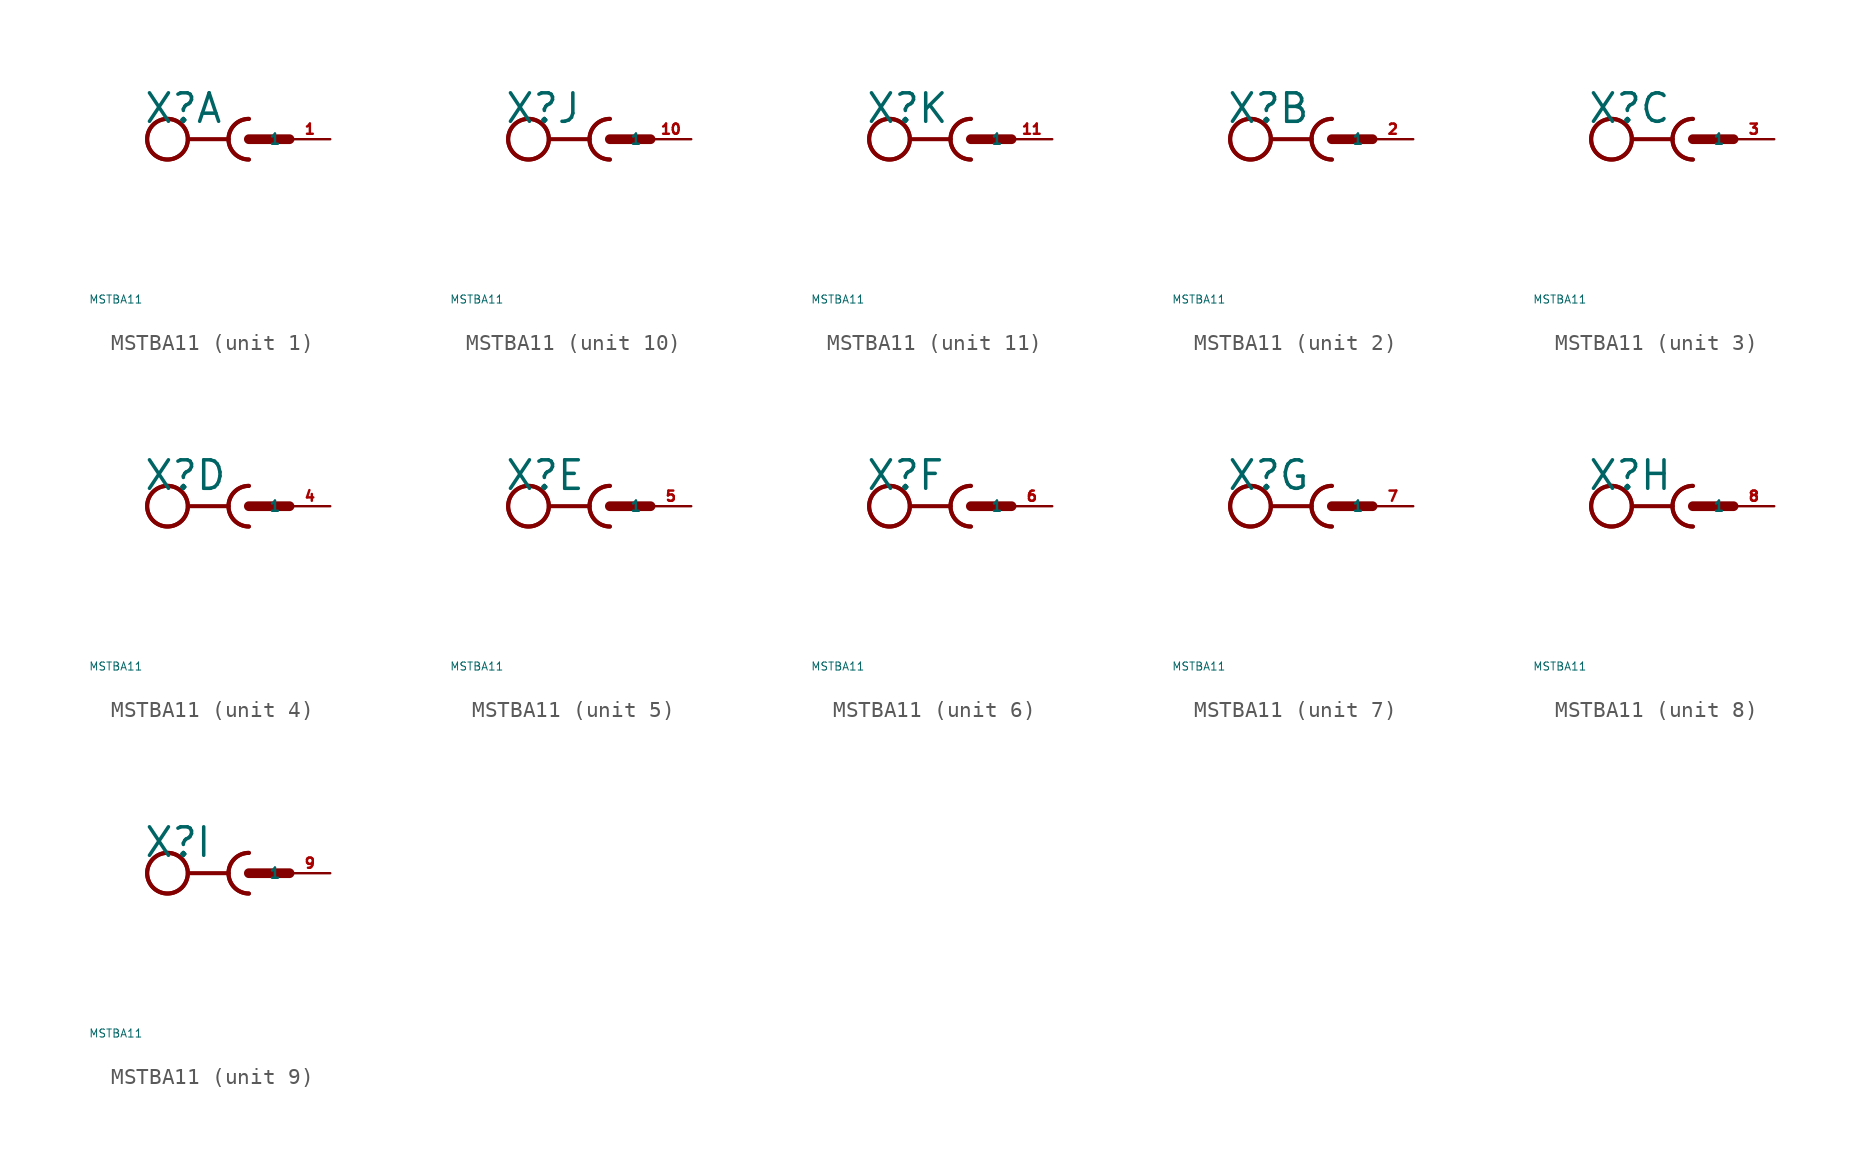
<source format=kicad_sym>
(kicad_symbol_lib
  (version 20220914)
  (generator Eagle2Kicad)
  (symbol "MSTBA11"
    (property "Reference" "X"
      (at -6.604 0.889 0)
      (effects (font (size 1.778 1.778) (thickness 0.22)) (justify left bottom)))
    (property "Value" "MSTBA11"
      (at -10 -10 0)
      (effects (font (size 0.5 0.5) (thickness 0.06)) (justify left)))
    (symbol "MSTBA11_1_0"
      (arc (start -1.27 0) (mid -0.898 -0.898) (end 0 -1.27) (stroke (width 0.254) (type default)) (fill (type none)))
      (arc (start 0 1.27) (mid -0.898 0.898) (end -1.27 0) (stroke (width 0.254) (type default)) (fill (type none)))
      (polyline (pts (xy -3.81 0) (xy -1.27 0)) (stroke (width 0.254) (type default)) (fill (type none)))
      (arc (start 0 1.27) (mid -1.270 0.000) (end 0 -1.27) (stroke (width 0.254) (type default)) (fill (type none)))
      (polyline (pts (xy 0 0) (xy 2.54 0)) (stroke (width 0.61) (type default)) (fill (type none)))
      (circle (center -5.08 0) (radius 1.27) (stroke (width 0.254) (type default)) (fill (type none)))
      (circle (center -5.08 0) (radius 1.27) (stroke (width 0.254) (type default)) (fill (type none)))
      (pin passive line (at 5.08 0 180) (length 2.54) (name "1" (effects (font (size 0.635 0.635) (thickness 0.08)) (justify left bottom))) (number "1" (effects (font (size 0.635 0.635) (thickness 0.08)) (justify left bottom)))))
    (symbol "MSTBA11_2_0"
      (arc (start -1.27 0) (mid -0.898 -0.898) (end 0 -1.27) (stroke (width 0.254) (type default)) (fill (type none)))
      (arc (start 0 1.27) (mid -0.898 0.898) (end -1.27 0) (stroke (width 0.254) (type default)) (fill (type none)))
      (polyline (pts (xy -3.81 0) (xy -1.27 0)) (stroke (width 0.254) (type default)) (fill (type none)))
      (arc (start 0 1.27) (mid -1.270 0.000) (end 0 -1.27) (stroke (width 0.254) (type default)) (fill (type none)))
      (polyline (pts (xy 0 0) (xy 2.54 0)) (stroke (width 0.61) (type default)) (fill (type none)))
      (circle (center -5.08 0) (radius 1.27) (stroke (width 0.254) (type default)) (fill (type none)))
      (circle (center -5.08 0) (radius 1.27) (stroke (width 0.254) (type default)) (fill (type none)))
      (pin passive line (at 5.08 0 180) (length 2.54) (name "1" (effects (font (size 0.635 0.635) (thickness 0.08)) (justify left bottom))) (number "2" (effects (font (size 0.635 0.635) (thickness 0.08)) (justify left bottom)))))
    (symbol "MSTBA11_3_0"
      (arc (start -1.27 0) (mid -0.898 -0.898) (end 0 -1.27) (stroke (width 0.254) (type default)) (fill (type none)))
      (arc (start 0 1.27) (mid -0.898 0.898) (end -1.27 0) (stroke (width 0.254) (type default)) (fill (type none)))
      (polyline (pts (xy -3.81 0) (xy -1.27 0)) (stroke (width 0.254) (type default)) (fill (type none)))
      (arc (start 0 1.27) (mid -1.270 0.000) (end 0 -1.27) (stroke (width 0.254) (type default)) (fill (type none)))
      (polyline (pts (xy 0 0) (xy 2.54 0)) (stroke (width 0.61) (type default)) (fill (type none)))
      (circle (center -5.08 0) (radius 1.27) (stroke (width 0.254) (type default)) (fill (type none)))
      (circle (center -5.08 0) (radius 1.27) (stroke (width 0.254) (type default)) (fill (type none)))
      (pin passive line (at 5.08 0 180) (length 2.54) (name "1" (effects (font (size 0.635 0.635) (thickness 0.08)) (justify left bottom))) (number "3" (effects (font (size 0.635 0.635) (thickness 0.08)) (justify left bottom)))))
    (symbol "MSTBA11_4_0"
      (arc (start -1.27 0) (mid -0.898 -0.898) (end 0 -1.27) (stroke (width 0.254) (type default)) (fill (type none)))
      (arc (start 0 1.27) (mid -0.898 0.898) (end -1.27 0) (stroke (width 0.254) (type default)) (fill (type none)))
      (polyline (pts (xy -3.81 0) (xy -1.27 0)) (stroke (width 0.254) (type default)) (fill (type none)))
      (arc (start 0 1.27) (mid -1.270 0.000) (end 0 -1.27) (stroke (width 0.254) (type default)) (fill (type none)))
      (polyline (pts (xy 0 0) (xy 2.54 0)) (stroke (width 0.61) (type default)) (fill (type none)))
      (circle (center -5.08 0) (radius 1.27) (stroke (width 0.254) (type default)) (fill (type none)))
      (circle (center -5.08 0) (radius 1.27) (stroke (width 0.254) (type default)) (fill (type none)))
      (pin passive line (at 5.08 0 180) (length 2.54) (name "1" (effects (font (size 0.635 0.635) (thickness 0.08)) (justify left bottom))) (number "4" (effects (font (size 0.635 0.635) (thickness 0.08)) (justify left bottom)))))
    (symbol "MSTBA11_5_0"
      (arc (start -1.27 0) (mid -0.898 -0.898) (end 0 -1.27) (stroke (width 0.254) (type default)) (fill (type none)))
      (arc (start 0 1.27) (mid -0.898 0.898) (end -1.27 0) (stroke (width 0.254) (type default)) (fill (type none)))
      (polyline (pts (xy -3.81 0) (xy -1.27 0)) (stroke (width 0.254) (type default)) (fill (type none)))
      (arc (start 0 1.27) (mid -1.270 0.000) (end 0 -1.27) (stroke (width 0.254) (type default)) (fill (type none)))
      (polyline (pts (xy 0 0) (xy 2.54 0)) (stroke (width 0.61) (type default)) (fill (type none)))
      (circle (center -5.08 0) (radius 1.27) (stroke (width 0.254) (type default)) (fill (type none)))
      (circle (center -5.08 0) (radius 1.27) (stroke (width 0.254) (type default)) (fill (type none)))
      (pin passive line (at 5.08 0 180) (length 2.54) (name "1" (effects (font (size 0.635 0.635) (thickness 0.08)) (justify left bottom))) (number "5" (effects (font (size 0.635 0.635) (thickness 0.08)) (justify left bottom)))))
    (symbol "MSTBA11_6_0"
      (arc (start -1.27 0) (mid -0.898 -0.898) (end 0 -1.27) (stroke (width 0.254) (type default)) (fill (type none)))
      (arc (start 0 1.27) (mid -0.898 0.898) (end -1.27 0) (stroke (width 0.254) (type default)) (fill (type none)))
      (polyline (pts (xy -3.81 0) (xy -1.27 0)) (stroke (width 0.254) (type default)) (fill (type none)))
      (arc (start 0 1.27) (mid -1.270 0.000) (end 0 -1.27) (stroke (width 0.254) (type default)) (fill (type none)))
      (polyline (pts (xy 0 0) (xy 2.54 0)) (stroke (width 0.61) (type default)) (fill (type none)))
      (circle (center -5.08 0) (radius 1.27) (stroke (width 0.254) (type default)) (fill (type none)))
      (circle (center -5.08 0) (radius 1.27) (stroke (width 0.254) (type default)) (fill (type none)))
      (pin passive line (at 5.08 0 180) (length 2.54) (name "1" (effects (font (size 0.635 0.635) (thickness 0.08)) (justify left bottom))) (number "6" (effects (font (size 0.635 0.635) (thickness 0.08)) (justify left bottom)))))
    (symbol "MSTBA11_7_0"
      (arc (start -1.27 0) (mid -0.898 -0.898) (end 0 -1.27) (stroke (width 0.254) (type default)) (fill (type none)))
      (arc (start 0 1.27) (mid -0.898 0.898) (end -1.27 0) (stroke (width 0.254) (type default)) (fill (type none)))
      (polyline (pts (xy -3.81 0) (xy -1.27 0)) (stroke (width 0.254) (type default)) (fill (type none)))
      (arc (start 0 1.27) (mid -1.270 0.000) (end 0 -1.27) (stroke (width 0.254) (type default)) (fill (type none)))
      (polyline (pts (xy 0 0) (xy 2.54 0)) (stroke (width 0.61) (type default)) (fill (type none)))
      (circle (center -5.08 0) (radius 1.27) (stroke (width 0.254) (type default)) (fill (type none)))
      (circle (center -5.08 0) (radius 1.27) (stroke (width 0.254) (type default)) (fill (type none)))
      (pin passive line (at 5.08 0 180) (length 2.54) (name "1" (effects (font (size 0.635 0.635) (thickness 0.08)) (justify left bottom))) (number "7" (effects (font (size 0.635 0.635) (thickness 0.08)) (justify left bottom)))))
    (symbol "MSTBA11_8_0"
      (arc (start -1.27 0) (mid -0.898 -0.898) (end 0 -1.27) (stroke (width 0.254) (type default)) (fill (type none)))
      (arc (start 0 1.27) (mid -0.898 0.898) (end -1.27 0) (stroke (width 0.254) (type default)) (fill (type none)))
      (polyline (pts (xy -3.81 0) (xy -1.27 0)) (stroke (width 0.254) (type default)) (fill (type none)))
      (arc (start 0 1.27) (mid -1.270 0.000) (end 0 -1.27) (stroke (width 0.254) (type default)) (fill (type none)))
      (polyline (pts (xy 0 0) (xy 2.54 0)) (stroke (width 0.61) (type default)) (fill (type none)))
      (circle (center -5.08 0) (radius 1.27) (stroke (width 0.254) (type default)) (fill (type none)))
      (circle (center -5.08 0) (radius 1.27) (stroke (width 0.254) (type default)) (fill (type none)))
      (pin passive line (at 5.08 0 180) (length 2.54) (name "1" (effects (font (size 0.635 0.635) (thickness 0.08)) (justify left bottom))) (number "8" (effects (font (size 0.635 0.635) (thickness 0.08)) (justify left bottom)))))
    (symbol "MSTBA11_9_0"
      (arc (start -1.27 0) (mid -0.898 -0.898) (end 0 -1.27) (stroke (width 0.254) (type default)) (fill (type none)))
      (arc (start 0 1.27) (mid -0.898 0.898) (end -1.27 0) (stroke (width 0.254) (type default)) (fill (type none)))
      (polyline (pts (xy -3.81 0) (xy -1.27 0)) (stroke (width 0.254) (type default)) (fill (type none)))
      (arc (start 0 1.27) (mid -1.270 0.000) (end 0 -1.27) (stroke (width 0.254) (type default)) (fill (type none)))
      (polyline (pts (xy 0 0) (xy 2.54 0)) (stroke (width 0.61) (type default)) (fill (type none)))
      (circle (center -5.08 0) (radius 1.27) (stroke (width 0.254) (type default)) (fill (type none)))
      (circle (center -5.08 0) (radius 1.27) (stroke (width 0.254) (type default)) (fill (type none)))
      (pin passive line (at 5.08 0 180) (length 2.54) (name "1" (effects (font (size 0.635 0.635) (thickness 0.08)) (justify left bottom))) (number "9" (effects (font (size 0.635 0.635) (thickness 0.08)) (justify left bottom)))))
    (symbol "MSTBA11_10_0"
      (arc (start -1.27 0) (mid -0.898 -0.898) (end 0 -1.27) (stroke (width 0.254) (type default)) (fill (type none)))
      (arc (start 0 1.27) (mid -0.898 0.898) (end -1.27 0) (stroke (width 0.254) (type default)) (fill (type none)))
      (polyline (pts (xy -3.81 0) (xy -1.27 0)) (stroke (width 0.254) (type default)) (fill (type none)))
      (arc (start 0 1.27) (mid -1.270 0.000) (end 0 -1.27) (stroke (width 0.254) (type default)) (fill (type none)))
      (polyline (pts (xy 0 0) (xy 2.54 0)) (stroke (width 0.61) (type default)) (fill (type none)))
      (circle (center -5.08 0) (radius 1.27) (stroke (width 0.254) (type default)) (fill (type none)))
      (circle (center -5.08 0) (radius 1.27) (stroke (width 0.254) (type default)) (fill (type none)))
      (pin passive line (at 5.08 0 180) (length 2.54) (name "1" (effects (font (size 0.635 0.635) (thickness 0.08)) (justify left bottom))) (number "10" (effects (font (size 0.635 0.635) (thickness 0.08)) (justify left bottom)))))
    (symbol "MSTBA11_11_0"
      (arc (start -1.27 0) (mid -0.898 -0.898) (end 0 -1.27) (stroke (width 0.254) (type default)) (fill (type none)))
      (arc (start 0 1.27) (mid -0.898 0.898) (end -1.27 0) (stroke (width 0.254) (type default)) (fill (type none)))
      (polyline (pts (xy -3.81 0) (xy -1.27 0)) (stroke (width 0.254) (type default)) (fill (type none)))
      (arc (start 0 1.27) (mid -1.270 0.000) (end 0 -1.27) (stroke (width 0.254) (type default)) (fill (type none)))
      (polyline (pts (xy 0 0) (xy 2.54 0)) (stroke (width 0.61) (type default)) (fill (type none)))
      (circle (center -5.08 0) (radius 1.27) (stroke (width 0.254) (type default)) (fill (type none)))
      (circle (center -5.08 0) (radius 1.27) (stroke (width 0.254) (type default)) (fill (type none)))
      (pin passive line (at 5.08 0 180) (length 2.54) (name "1" (effects (font (size 0.635 0.635) (thickness 0.08)) (justify left bottom))) (number "11" (effects (font (size 0.635 0.635) (thickness 0.08)) (justify left bottom)))))))
</source>
